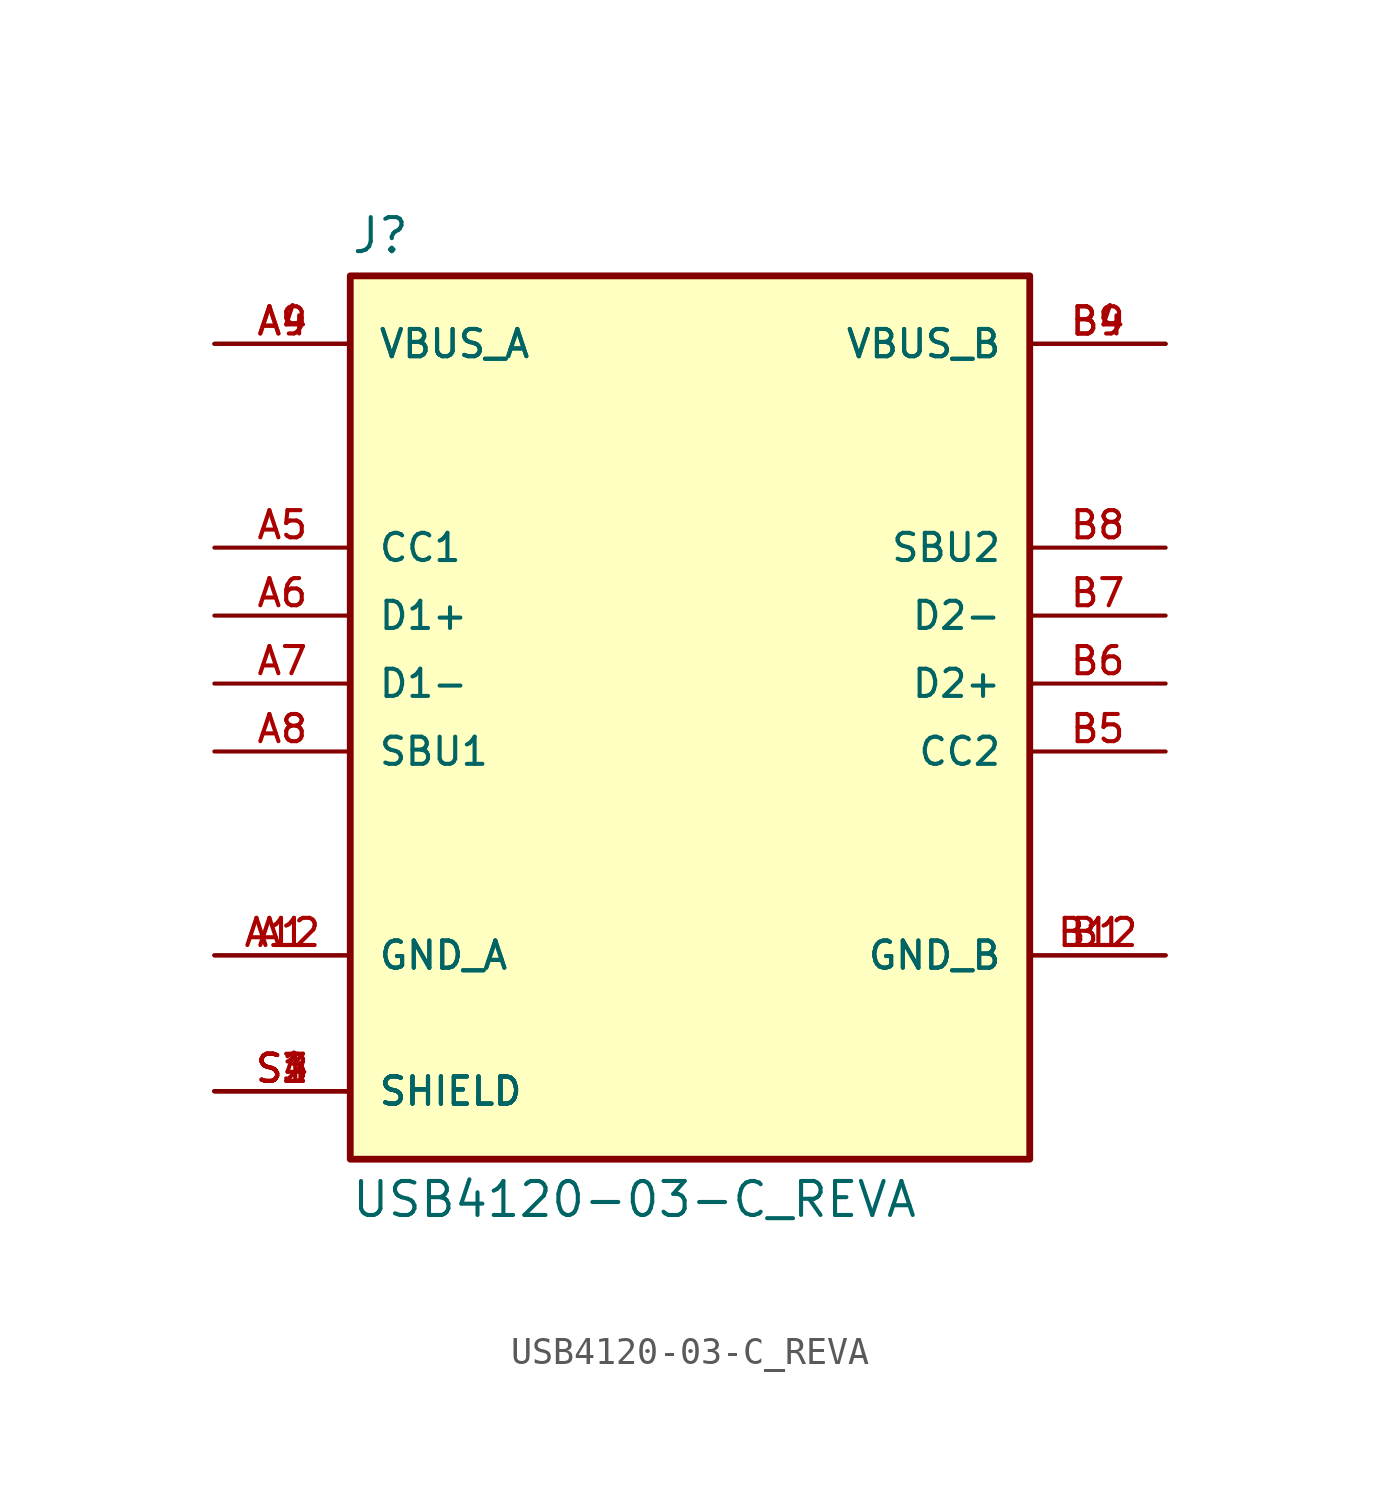
<source format=kicad_sym>
(kicad_symbol_lib
  (version 20211014)
  (generator kicad_symbol_editor)
  (symbol "USB4120-03-C_REVA"
    (pin_names
      (offset 1.016))
    (property "Reference" "J"
      (at -12.7 16.002 0)
      (effects (font (size 1.27 1.27)) (justify bottom left)))
    (property "Value" "USB4120-03-C_REVA"
      (at -12.7 -18.542 0.0)
      (effects (font (size 1.27 1.27)) (justify top left)))
    (symbol "USB4120-03-C_REVA_0_0"
      (rectangle (start -12.7 -17.78) (end 12.7 15.24) (stroke (width 0.254)) (fill (type background)))
      (pin power_in line (at -17.78 -10.16 0) (length 5.08) (name "GND_A" (effects (font (size 1.016 1.016)))) (number "A1" (effects (font (size 1.016 1.016)))))
      (pin power_in line (at -17.78 -10.16 0) (length 5.08) (name "GND_A" (effects (font (size 1.016 1.016)))) (number "A12" (effects (font (size 1.016 1.016)))))
      (pin power_in line (at -17.78 12.7 0) (length 5.08) (name "VBUS_A" (effects (font (size 1.016 1.016)))) (number "A4" (effects (font (size 1.016 1.016)))))
      (pin power_in line (at -17.78 12.7 0) (length 5.08) (name "VBUS_A" (effects (font (size 1.016 1.016)))) (number "A9" (effects (font (size 1.016 1.016)))))
      (pin bidirectional line (at -17.78 2.54 0) (length 5.08) (name "D1+" (effects (font (size 1.016 1.016)))) (number "A6" (effects (font (size 1.016 1.016)))))
      (pin bidirectional line (at -17.78 5.08 0) (length 5.08) (name "CC1" (effects (font (size 1.016 1.016)))) (number "A5" (effects (font (size 1.016 1.016)))))
      (pin bidirectional line (at -17.78 -2.54 0) (length 5.08) (name "SBU1" (effects (font (size 1.016 1.016)))) (number "A8" (effects (font (size 1.016 1.016)))))
      (pin bidirectional line (at -17.78 0.0 0) (length 5.08) (name "D1-" (effects (font (size 1.016 1.016)))) (number "A7" (effects (font (size 1.016 1.016)))))
      (pin passive line (at -17.78 -15.24 0) (length 5.08) (name "SHIELD" (effects (font (size 1.016 1.016)))) (number "S1" (effects (font (size 1.016 1.016)))))
      (pin passive line (at -17.78 -15.24 0) (length 5.08) (name "SHIELD" (effects (font (size 1.016 1.016)))) (number "S2" (effects (font (size 1.016 1.016)))))
      (pin passive line (at -17.78 -15.24 0) (length 5.08) (name "SHIELD" (effects (font (size 1.016 1.016)))) (number "S3" (effects (font (size 1.016 1.016)))))
      (pin passive line (at -17.78 -15.24 0) (length 5.08) (name "SHIELD" (effects (font (size 1.016 1.016)))) (number "S4" (effects (font (size 1.016 1.016)))))
      (pin power_in line (at 17.78 -10.16 180.0) (length 5.08) (name "GND_B" (effects (font (size 1.016 1.016)))) (number "B1" (effects (font (size 1.016 1.016)))))
      (pin power_in line (at 17.78 -10.16 180.0) (length 5.08) (name "GND_B" (effects (font (size 1.016 1.016)))) (number "B12" (effects (font (size 1.016 1.016)))))
      (pin power_in line (at 17.78 12.7 180.0) (length 5.08) (name "VBUS_B" (effects (font (size 1.016 1.016)))) (number "B4" (effects (font (size 1.016 1.016)))))
      (pin power_in line (at 17.78 12.7 180.0) (length 5.08) (name "VBUS_B" (effects (font (size 1.016 1.016)))) (number "B9" (effects (font (size 1.016 1.016)))))
      (pin bidirectional line (at 17.78 0.0 180.0) (length 5.08) (name "D2+" (effects (font (size 1.016 1.016)))) (number "B6" (effects (font (size 1.016 1.016)))))
      (pin bidirectional line (at 17.78 -2.54 180.0) (length 5.08) (name "CC2" (effects (font (size 1.016 1.016)))) (number "B5" (effects (font (size 1.016 1.016)))))
      (pin bidirectional line (at 17.78 5.08 180.0) (length 5.08) (name "SBU2" (effects (font (size 1.016 1.016)))) (number "B8" (effects (font (size 1.016 1.016)))))
      (pin bidirectional line (at 17.78 2.54 180.0) (length 5.08) (name "D2-" (effects (font (size 1.016 1.016)))) (number "B7" (effects (font (size 1.016 1.016))))))))
</source>
